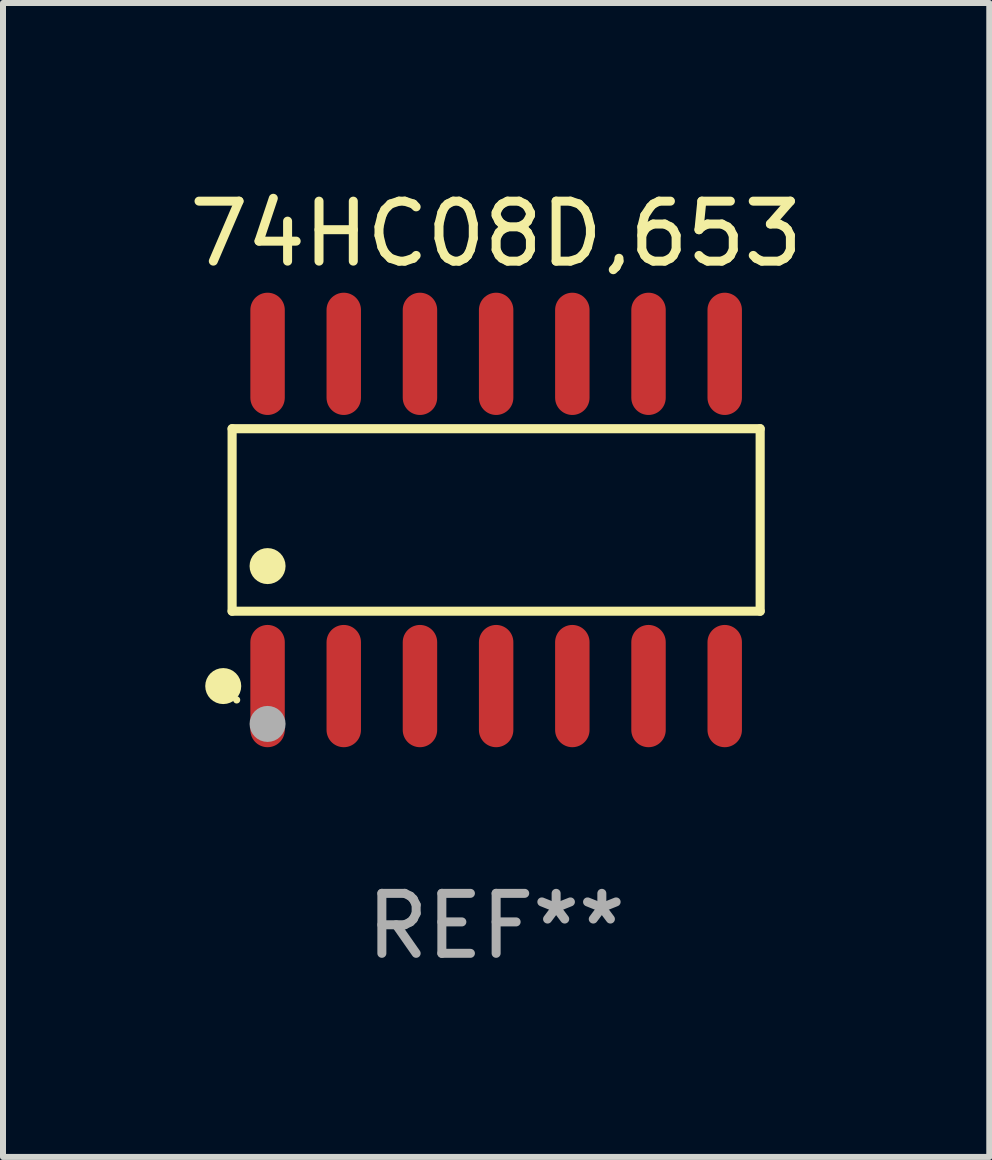
<source format=kicad_pcb>
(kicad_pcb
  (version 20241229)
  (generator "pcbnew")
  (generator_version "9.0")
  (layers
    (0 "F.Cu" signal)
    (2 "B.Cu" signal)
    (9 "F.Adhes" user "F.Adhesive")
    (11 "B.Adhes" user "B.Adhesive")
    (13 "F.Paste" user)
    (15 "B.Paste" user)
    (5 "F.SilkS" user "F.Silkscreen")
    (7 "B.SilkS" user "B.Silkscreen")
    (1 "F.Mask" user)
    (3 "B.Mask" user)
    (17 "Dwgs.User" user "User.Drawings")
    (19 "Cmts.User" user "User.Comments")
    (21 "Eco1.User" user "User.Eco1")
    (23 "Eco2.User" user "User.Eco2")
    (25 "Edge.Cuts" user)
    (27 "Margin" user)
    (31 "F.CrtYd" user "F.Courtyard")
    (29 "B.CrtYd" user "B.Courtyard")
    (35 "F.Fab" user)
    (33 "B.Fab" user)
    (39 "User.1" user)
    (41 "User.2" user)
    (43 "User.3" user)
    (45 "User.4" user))
  (footprint "74HC08D,653"
    (layer "F.Cu")
    (at 5.22 5.617)
    (property "Reference" "74HC08D,653" (at 0 -4.769 0) (layer "F.SilkS") (effects (font (size 1 1) (thickness 0.15))))
    (attr through_hole)
    (fp_line (start -4.401 -1.521) (end 4.401 -1.521) (stroke (width 0.152) (type solid)) (layer "F.SilkS"))
    (fp_line (start -4.401 1.521) (end -4.401 -1.521) (stroke (width 0.152) (type solid)) (layer "F.SilkS"))
    (fp_line (start 4.401 -1.521) (end 4.401 1.521) (stroke (width 0.152) (type solid)) (layer "F.SilkS"))
    (fp_line (start 4.401 1.521) (end -4.401 1.521) (stroke (width 0.152) (type solid)) (layer "F.SilkS"))
    (fp_circle (center -4.549 2.769) (end -4.399 2.769) (stroke (width 0.3) (type solid)) (fill no) (layer "F.SilkS"))
    (fp_circle (center -4.325 3) (end -4.295 3) (stroke (width 0.06) (type solid)) (fill no) (layer "F.SilkS"))
    (fp_circle (center -3.81 0.769) (end -3.66 0.769) (stroke (width 0.3) (type solid)) (fill no) (layer "F.SilkS"))
    (fp_circle (center -3.81 3.4) (end -3.66 3.4) (stroke (width 0.3) (type solid)) (fill no) (layer "F.Fab"))
    (fp_text user "REF**" (at 0 6.769 0) (layer "F.Fab") (effects (font (size 1 1) (thickness 0.15))))
    (pad "1" smd oval (at -3.81 2.769) (size 0.574 2.038) (layers "F.Cu" "F.Mask" "F.Paste"))
    (pad "2" smd oval (at -2.54 2.769) (size 0.574 2.038) (layers "F.Cu" "F.Mask" "F.Paste"))
    (pad "3" smd oval (at -1.27 2.769) (size 0.574 2.038) (layers "F.Cu" "F.Mask" "F.Paste"))
    (pad "4" smd oval (at 0 2.769) (size 0.574 2.038) (layers "F.Cu" "F.Mask" "F.Paste"))
    (pad "5" smd oval (at 1.27 2.769) (size 0.574 2.038) (layers "F.Cu" "F.Mask" "F.Paste"))
    (pad "6" smd oval (at 2.54 2.769) (size 0.574 2.038) (layers "F.Cu" "F.Mask" "F.Paste"))
    (pad "7" smd oval (at 3.81 2.769) (size 0.574 2.038) (layers "F.Cu" "F.Mask" "F.Paste"))
    (pad "8" smd oval (at 3.81 -2.769) (size 0.574 2.038) (layers "F.Cu" "F.Mask" "F.Paste"))
    (pad "9" smd oval (at 2.54 -2.769) (size 0.574 2.038) (layers "F.Cu" "F.Mask" "F.Paste"))
    (pad "10" smd oval (at 1.27 -2.769) (size 0.574 2.038) (layers "F.Cu" "F.Mask" "F.Paste"))
    (pad "11" smd oval (at 0 -2.769) (size 0.574 2.038) (layers "F.Cu" "F.Mask" "F.Paste"))
    (pad "12" smd oval (at -1.27 -2.769) (size 0.574 2.038) (layers "F.Cu" "F.Mask" "F.Paste"))
    (pad "13" smd oval (at -2.54 -2.769) (size 0.574 2.038) (layers "F.Cu" "F.Mask" "F.Paste"))
    (pad "14" smd oval (at -3.81 -2.769) (size 0.574 2.038) (layers "F.Cu" "F.Mask" "F.Paste")))
  (gr_rect
    (start -3 -3)
    (end 13.44 16.235)
    (stroke (width 0.1) (type default))
    (fill no)
    (layer "Edge.Cuts")))
</source>
